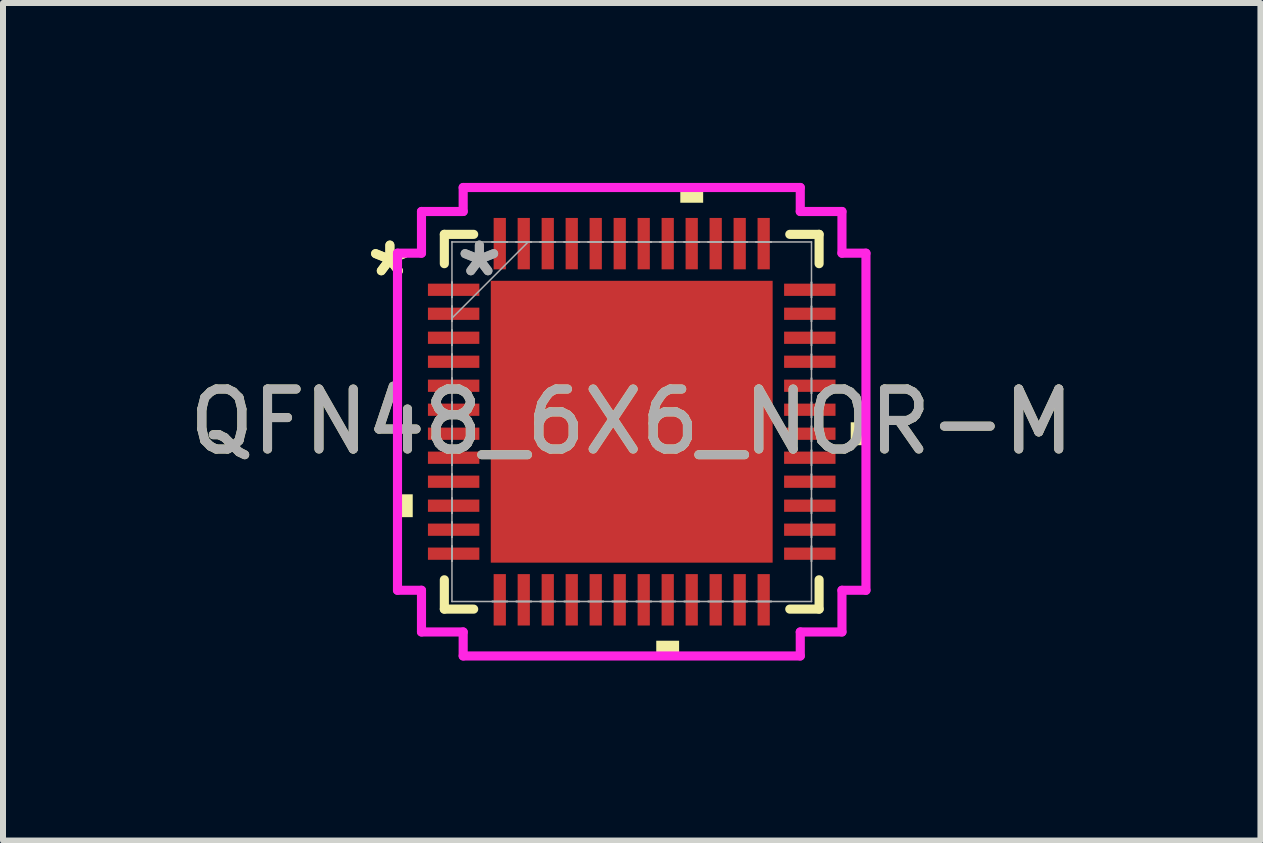
<source format=kicad_pcb>
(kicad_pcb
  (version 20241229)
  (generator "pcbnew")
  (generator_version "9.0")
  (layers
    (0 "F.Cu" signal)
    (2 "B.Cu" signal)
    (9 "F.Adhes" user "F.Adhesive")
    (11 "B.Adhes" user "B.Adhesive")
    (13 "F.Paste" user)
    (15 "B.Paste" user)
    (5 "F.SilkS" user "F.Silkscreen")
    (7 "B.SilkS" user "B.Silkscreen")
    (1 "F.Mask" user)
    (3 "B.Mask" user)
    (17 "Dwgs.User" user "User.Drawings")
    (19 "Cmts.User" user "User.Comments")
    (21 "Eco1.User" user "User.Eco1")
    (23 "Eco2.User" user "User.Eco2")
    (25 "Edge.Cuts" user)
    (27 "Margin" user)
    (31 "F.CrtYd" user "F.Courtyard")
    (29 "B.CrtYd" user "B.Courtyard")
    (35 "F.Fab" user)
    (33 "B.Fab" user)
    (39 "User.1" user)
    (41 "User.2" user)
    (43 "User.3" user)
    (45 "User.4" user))
  (footprint "QFN48_6X6_NOR-M"
    (layer "F.Cu")
    (at 7.482 3.981)
    (property "Reference" "QFN48_6X6_NOR-M" (at 0 0 0) (unlocked yes) (layer "F.SilkS") (effects (font (size 1 1) (thickness 0.15))))
    (attr smd)
    (fp_line (start -3.124 -3.124) (end -3.124 -2.635) (stroke (width 0.152) (type solid)) (layer "F.SilkS"))
    (fp_line (start -3.124 2.635) (end -3.124 3.124) (stroke (width 0.152) (type solid)) (layer "F.SilkS"))
    (fp_line (start -3.124 3.124) (end -2.635 3.124) (stroke (width 0.152) (type solid)) (layer "F.SilkS"))
    (fp_line (start -2.635 -3.124) (end -3.124 -3.124) (stroke (width 0.152) (type solid)) (layer "F.SilkS"))
    (fp_line (start 2.635 3.124) (end 3.124 3.124) (stroke (width 0.152) (type solid)) (layer "F.SilkS"))
    (fp_line (start 3.124 -3.124) (end 2.635 -3.124) (stroke (width 0.152) (type solid)) (layer "F.SilkS"))
    (fp_line (start 3.124 -2.635) (end 3.124 -3.124) (stroke (width 0.152) (type solid)) (layer "F.SilkS"))
    (fp_line (start 3.124 3.124) (end 3.124 2.635) (stroke (width 0.152) (type solid)) (layer "F.SilkS"))
    (fp_poly (pts (xy -3.905 1.21) (xy -3.905 1.591) (xy -3.651 1.591) (xy -3.651 1.21)) (stroke (width 0) (type solid)) (fill yes) (layer "F.SilkS"))
    (fp_poly (pts (xy 0.409 3.651) (xy 0.409 3.905) (xy 0.79 3.905) (xy 0.79 3.651)) (stroke (width 0) (type solid)) (fill yes) (layer "F.SilkS"))
    (fp_poly (pts (xy 0.81 -3.651) (xy 0.81 -3.905) (xy 1.191 -3.905) (xy 1.191 -3.651)) (stroke (width 0) (type solid)) (fill yes) (layer "F.SilkS"))
    (fp_poly (pts (xy 3.905 0.009) (xy 3.905 0.391) (xy 3.651 0.391) (xy 3.651 0.009)) (stroke (width 0) (type solid)) (fill yes) (layer "F.SilkS"))
    (fp_poly (pts (xy -2.249 -2.249) (xy -2.249 -0.883) (xy -0.883 -0.883) (xy -0.883 -2.249)) (stroke (width 0) (type solid)) (fill yes) (layer "F.Paste"))
    (fp_poly (pts (xy -2.249 -0.683) (xy -2.249 0.683) (xy -0.883 0.683) (xy -0.883 -0.683)) (stroke (width 0) (type solid)) (fill yes) (layer "F.Paste"))
    (fp_poly (pts (xy -2.249 0.883) (xy -2.249 2.249) (xy -0.883 2.249) (xy -0.883 0.883)) (stroke (width 0) (type solid)) (fill yes) (layer "F.Paste"))
    (fp_poly (pts (xy -0.683 -2.249) (xy -0.683 -0.883) (xy 0.683 -0.883) (xy 0.683 -2.249)) (stroke (width 0) (type solid)) (fill yes) (layer "F.Paste"))
    (fp_poly (pts (xy -0.683 -0.683) (xy -0.683 0.683) (xy 0.683 0.683) (xy 0.683 -0.683)) (stroke (width 0) (type solid)) (fill yes) (layer "F.Paste"))
    (fp_poly (pts (xy -0.683 0.883) (xy -0.683 2.249) (xy 0.683 2.249) (xy 0.683 0.883)) (stroke (width 0) (type solid)) (fill yes) (layer "F.Paste"))
    (fp_poly (pts (xy 0.883 -2.249) (xy 0.883 -0.883) (xy 2.249 -0.883) (xy 2.249 -2.249)) (stroke (width 0) (type solid)) (fill yes) (layer "F.Paste"))
    (fp_poly (pts (xy 0.883 -0.683) (xy 0.883 0.683) (xy 2.249 0.683) (xy 2.249 -0.683)) (stroke (width 0) (type solid)) (fill yes) (layer "F.Paste"))
    (fp_poly (pts (xy 0.883 0.883) (xy 0.883 2.249) (xy 2.249 2.249) (xy 2.249 0.883)) (stroke (width 0) (type solid)) (fill yes) (layer "F.Paste"))
    (fp_line (start -3.905 -2.81) (end -3.505 -2.81) (stroke (width 0.152) (type solid)) (layer "F.CrtYd"))
    (fp_line (start -3.905 2.81) (end -3.905 -2.81) (stroke (width 0.152) (type solid)) (layer "F.CrtYd"))
    (fp_line (start -3.505 -3.505) (end -2.81 -3.505) (stroke (width 0.152) (type solid)) (layer "F.CrtYd"))
    (fp_line (start -3.505 -2.81) (end -3.505 -3.505) (stroke (width 0.152) (type solid)) (layer "F.CrtYd"))
    (fp_line (start -3.505 2.81) (end -3.905 2.81) (stroke (width 0.152) (type solid)) (layer "F.CrtYd"))
    (fp_line (start -3.505 3.505) (end -3.505 2.81) (stroke (width 0.152) (type solid)) (layer "F.CrtYd"))
    (fp_line (start -2.81 -3.905) (end 2.81 -3.905) (stroke (width 0.152) (type solid)) (layer "F.CrtYd"))
    (fp_line (start -2.81 -3.505) (end -2.81 -3.905) (stroke (width 0.152) (type solid)) (layer "F.CrtYd"))
    (fp_line (start -2.81 3.505) (end -3.505 3.505) (stroke (width 0.152) (type solid)) (layer "F.CrtYd"))
    (fp_line (start -2.81 3.905) (end -2.81 3.505) (stroke (width 0.152) (type solid)) (layer "F.CrtYd"))
    (fp_line (start 2.81 -3.905) (end 2.81 -3.505) (stroke (width 0.152) (type solid)) (layer "F.CrtYd"))
    (fp_line (start 2.81 -3.505) (end 3.505 -3.505) (stroke (width 0.152) (type solid)) (layer "F.CrtYd"))
    (fp_line (start 2.81 3.505) (end 2.81 3.905) (stroke (width 0.152) (type solid)) (layer "F.CrtYd"))
    (fp_line (start 2.81 3.905) (end -2.81 3.905) (stroke (width 0.152) (type solid)) (layer "F.CrtYd"))
    (fp_line (start 3.505 -3.505) (end 3.505 -2.81) (stroke (width 0.152) (type solid)) (layer "F.CrtYd"))
    (fp_line (start 3.505 -2.81) (end 3.905 -2.81) (stroke (width 0.152) (type solid)) (layer "F.CrtYd"))
    (fp_line (start 3.505 2.81) (end 3.505 3.505) (stroke (width 0.152) (type solid)) (layer "F.CrtYd"))
    (fp_line (start 3.505 3.505) (end 2.81 3.505) (stroke (width 0.152) (type solid)) (layer "F.CrtYd"))
    (fp_line (start 3.905 -2.81) (end 3.905 2.81) (stroke (width 0.152) (type solid)) (layer "F.CrtYd"))
    (fp_line (start 3.905 2.81) (end 3.505 2.81) (stroke (width 0.152) (type solid)) (layer "F.CrtYd"))
    (fp_line (start -2.997 -2.997) (end -2.997 -2.997) (stroke (width 0.025) (type solid)) (layer "F.Fab"))
    (fp_line (start -2.997 -2.997) (end -2.997 2.997) (stroke (width 0.025) (type solid)) (layer "F.Fab"))
    (fp_line (start -2.997 -2.327) (end -2.997 -2.327) (stroke (width 0.025) (type solid)) (layer "F.Fab"))
    (fp_line (start -2.997 -2.327) (end -2.997 -2.073) (stroke (width 0.025) (type solid)) (layer "F.Fab"))
    (fp_line (start -2.997 -2.073) (end -2.997 -2.327) (stroke (width 0.025) (type solid)) (layer "F.Fab"))
    (fp_line (start -2.997 -2.073) (end -2.997 -2.073) (stroke (width 0.025) (type solid)) (layer "F.Fab"))
    (fp_line (start -2.997 -1.927) (end -2.997 -1.927) (stroke (width 0.025) (type solid)) (layer "F.Fab"))
    (fp_line (start -2.997 -1.927) (end -2.997 -1.673) (stroke (width 0.025) (type solid)) (layer "F.Fab"))
    (fp_line (start -2.997 -1.727) (end -1.727 -2.997) (stroke (width 0.025) (type solid)) (layer "F.Fab"))
    (fp_line (start -2.997 -1.673) (end -2.997 -1.927) (stroke (width 0.025) (type solid)) (layer "F.Fab"))
    (fp_line (start -2.997 -1.673) (end -2.997 -1.673) (stroke (width 0.025) (type solid)) (layer "F.Fab"))
    (fp_line (start -2.997 -1.527) (end -2.997 -1.527) (stroke (width 0.025) (type solid)) (layer "F.Fab"))
    (fp_line (start -2.997 -1.527) (end -2.997 -1.273) (stroke (width 0.025) (type solid)) (layer "F.Fab"))
    (fp_line (start -2.997 -1.273) (end -2.997 -1.527) (stroke (width 0.025) (type solid)) (layer "F.Fab"))
    (fp_line (start -2.997 -1.273) (end -2.997 -1.273) (stroke (width 0.025) (type solid)) (layer "F.Fab"))
    (fp_line (start -2.997 -1.127) (end -2.997 -1.127) (stroke (width 0.025) (type solid)) (layer "F.Fab"))
    (fp_line (start -2.997 -1.127) (end -2.997 -0.873) (stroke (width 0.025) (type solid)) (layer "F.Fab"))
    (fp_line (start -2.997 -0.873) (end -2.997 -1.127) (stroke (width 0.025) (type solid)) (layer "F.Fab"))
    (fp_line (start -2.997 -0.873) (end -2.997 -0.873) (stroke (width 0.025) (type solid)) (layer "F.Fab"))
    (fp_line (start -2.997 -0.727) (end -2.997 -0.727) (stroke (width 0.025) (type solid)) (layer "F.Fab"))
    (fp_line (start -2.997 -0.727) (end -2.997 -0.473) (stroke (width 0.025) (type solid)) (layer "F.Fab"))
    (fp_line (start -2.997 -0.473) (end -2.997 -0.727) (stroke (width 0.025) (type solid)) (layer "F.Fab"))
    (fp_line (start -2.997 -0.473) (end -2.997 -0.473) (stroke (width 0.025) (type solid)) (layer "F.Fab"))
    (fp_line (start -2.997 -0.327) (end -2.997 -0.327) (stroke (width 0.025) (type solid)) (layer "F.Fab"))
    (fp_line (start -2.997 -0.327) (end -2.997 -0.073) (stroke (width 0.025) (type solid)) (layer "F.Fab"))
    (fp_line (start -2.997 -0.073) (end -2.997 -0.327) (stroke (width 0.025) (type solid)) (layer "F.Fab"))
    (fp_line (start -2.997 -0.073) (end -2.997 -0.073) (stroke (width 0.025) (type solid)) (layer "F.Fab"))
    (fp_line (start -2.997 0.073) (end -2.997 0.073) (stroke (width 0.025) (type solid)) (layer "F.Fab"))
    (fp_line (start -2.997 0.073) (end -2.997 0.327) (stroke (width 0.025) (type solid)) (layer "F.Fab"))
    (fp_line (start -2.997 0.327) (end -2.997 0.073) (stroke (width 0.025) (type solid)) (layer "F.Fab"))
    (fp_line (start -2.997 0.327) (end -2.997 0.327) (stroke (width 0.025) (type solid)) (layer "F.Fab"))
    (fp_line (start -2.997 0.473) (end -2.997 0.473) (stroke (width 0.025) (type solid)) (layer "F.Fab"))
    (fp_line (start -2.997 0.473) (end -2.997 0.727) (stroke (width 0.025) (type solid)) (layer "F.Fab"))
    (fp_line (start -2.997 0.727) (end -2.997 0.473) (stroke (width 0.025) (type solid)) (layer "F.Fab"))
    (fp_line (start -2.997 0.727) (end -2.997 0.727) (stroke (width 0.025) (type solid)) (layer "F.Fab"))
    (fp_line (start -2.997 0.873) (end -2.997 0.873) (stroke (width 0.025) (type solid)) (layer "F.Fab"))
    (fp_line (start -2.997 0.873) (end -2.997 1.127) (stroke (width 0.025) (type solid)) (layer "F.Fab"))
    (fp_line (start -2.997 1.127) (end -2.997 0.873) (stroke (width 0.025) (type solid)) (layer "F.Fab"))
    (fp_line (start -2.997 1.127) (end -2.997 1.127) (stroke (width 0.025) (type solid)) (layer "F.Fab"))
    (fp_line (start -2.997 1.273) (end -2.997 1.273) (stroke (width 0.025) (type solid)) (layer "F.Fab"))
    (fp_line (start -2.997 1.273) (end -2.997 1.527) (stroke (width 0.025) (type solid)) (layer "F.Fab"))
    (fp_line (start -2.997 1.527) (end -2.997 1.273) (stroke (width 0.025) (type solid)) (layer "F.Fab"))
    (fp_line (start -2.997 1.527) (end -2.997 1.527) (stroke (width 0.025) (type solid)) (layer "F.Fab"))
    (fp_line (start -2.997 1.673) (end -2.997 1.673) (stroke (width 0.025) (type solid)) (layer "F.Fab"))
    (fp_line (start -2.997 1.673) (end -2.997 1.927) (stroke (width 0.025) (type solid)) (layer "F.Fab"))
    (fp_line (start -2.997 1.927) (end -2.997 1.673) (stroke (width 0.025) (type solid)) (layer "F.Fab"))
    (fp_line (start -2.997 1.927) (end -2.997 1.927) (stroke (width 0.025) (type solid)) (layer "F.Fab"))
    (fp_line (start -2.997 2.073) (end -2.997 2.073) (stroke (width 0.025) (type solid)) (layer "F.Fab"))
    (fp_line (start -2.997 2.073) (end -2.997 2.327) (stroke (width 0.025) (type solid)) (layer "F.Fab"))
    (fp_line (start -2.997 2.327) (end -2.997 2.073) (stroke (width 0.025) (type solid)) (layer "F.Fab"))
    (fp_line (start -2.997 2.327) (end -2.997 2.327) (stroke (width 0.025) (type solid)) (layer "F.Fab"))
    (fp_line (start -2.997 2.997) (end -2.997 2.997) (stroke (width 0.025) (type solid)) (layer "F.Fab"))
    (fp_line (start -2.997 2.997) (end 2.997 2.997) (stroke (width 0.025) (type solid)) (layer "F.Fab"))
    (fp_line (start -2.327 -2.997) (end -2.327 -2.997) (stroke (width 0.025) (type solid)) (layer "F.Fab"))
    (fp_line (start -2.327 -2.997) (end -2.073 -2.997) (stroke (width 0.025) (type solid)) (layer "F.Fab"))
    (fp_line (start -2.327 2.997) (end -2.327 2.997) (stroke (width 0.025) (type solid)) (layer "F.Fab"))
    (fp_line (start -2.327 2.997) (end -2.073 2.997) (stroke (width 0.025) (type solid)) (layer "F.Fab"))
    (fp_line (start -2.073 -2.997) (end -2.327 -2.997) (stroke (width 0.025) (type solid)) (layer "F.Fab"))
    (fp_line (start -2.073 -2.997) (end -2.073 -2.997) (stroke (width 0.025) (type solid)) (layer "F.Fab"))
    (fp_line (start -2.073 2.997) (end -2.327 2.997) (stroke (width 0.025) (type solid)) (layer "F.Fab"))
    (fp_line (start -2.073 2.997) (end -2.073 2.997) (stroke (width 0.025) (type solid)) (layer "F.Fab"))
    (fp_line (start -1.927 -2.997) (end -1.927 -2.997) (stroke (width 0.025) (type solid)) (layer "F.Fab"))
    (fp_line (start -1.927 -2.997) (end -1.673 -2.997) (stroke (width 0.025) (type solid)) (layer "F.Fab"))
    (fp_line (start -1.927 2.997) (end -1.927 2.997) (stroke (width 0.025) (type solid)) (layer "F.Fab"))
    (fp_line (start -1.927 2.997) (end -1.673 2.997) (stroke (width 0.025) (type solid)) (layer "F.Fab"))
    (fp_line (start -1.673 -2.997) (end -1.927 -2.997) (stroke (width 0.025) (type solid)) (layer "F.Fab"))
    (fp_line (start -1.673 -2.997) (end -1.673 -2.997) (stroke (width 0.025) (type solid)) (layer "F.Fab"))
    (fp_line (start -1.673 2.997) (end -1.927 2.997) (stroke (width 0.025) (type solid)) (layer "F.Fab"))
    (fp_line (start -1.673 2.997) (end -1.673 2.997) (stroke (width 0.025) (type solid)) (layer "F.Fab"))
    (fp_line (start -1.527 -2.997) (end -1.527 -2.997) (stroke (width 0.025) (type solid)) (layer "F.Fab"))
    (fp_line (start -1.527 -2.997) (end -1.273 -2.997) (stroke (width 0.025) (type solid)) (layer "F.Fab"))
    (fp_line (start -1.527 2.997) (end -1.527 2.997) (stroke (width 0.025) (type solid)) (layer "F.Fab"))
    (fp_line (start -1.527 2.997) (end -1.273 2.997) (stroke (width 0.025) (type solid)) (layer "F.Fab"))
    (fp_line (start -1.273 -2.997) (end -1.527 -2.997) (stroke (width 0.025) (type solid)) (layer "F.Fab"))
    (fp_line (start -1.273 -2.997) (end -1.273 -2.997) (stroke (width 0.025) (type solid)) (layer "F.Fab"))
    (fp_line (start -1.273 2.997) (end -1.527 2.997) (stroke (width 0.025) (type solid)) (layer "F.Fab"))
    (fp_line (start -1.273 2.997) (end -1.273 2.997) (stroke (width 0.025) (type solid)) (layer "F.Fab"))
    (fp_line (start -1.127 -2.997) (end -1.127 -2.997) (stroke (width 0.025) (type solid)) (layer "F.Fab"))
    (fp_line (start -1.127 -2.997) (end -0.873 -2.997) (stroke (width 0.025) (type solid)) (layer "F.Fab"))
    (fp_line (start -1.127 2.997) (end -1.127 2.997) (stroke (width 0.025) (type solid)) (layer "F.Fab"))
    (fp_line (start -1.127 2.997) (end -0.873 2.997) (stroke (width 0.025) (type solid)) (layer "F.Fab"))
    (fp_line (start -0.873 -2.997) (end -1.127 -2.997) (stroke (width 0.025) (type solid)) (layer "F.Fab"))
    (fp_line (start -0.873 -2.997) (end -0.873 -2.997) (stroke (width 0.025) (type solid)) (layer "F.Fab"))
    (fp_line (start -0.873 2.997) (end -1.127 2.997) (stroke (width 0.025) (type solid)) (layer "F.Fab"))
    (fp_line (start -0.873 2.997) (end -0.873 2.997) (stroke (width 0.025) (type solid)) (layer "F.Fab"))
    (fp_line (start -0.727 -2.997) (end -0.727 -2.997) (stroke (width 0.025) (type solid)) (layer "F.Fab"))
    (fp_line (start -0.727 -2.997) (end -0.473 -2.997) (stroke (width 0.025) (type solid)) (layer "F.Fab"))
    (fp_line (start -0.727 2.997) (end -0.727 2.997) (stroke (width 0.025) (type solid)) (layer "F.Fab"))
    (fp_line (start -0.727 2.997) (end -0.473 2.997) (stroke (width 0.025) (type solid)) (layer "F.Fab"))
    (fp_line (start -0.473 -2.997) (end -0.727 -2.997) (stroke (width 0.025) (type solid)) (layer "F.Fab"))
    (fp_line (start -0.473 -2.997) (end -0.473 -2.997) (stroke (width 0.025) (type solid)) (layer "F.Fab"))
    (fp_line (start -0.473 2.997) (end -0.727 2.997) (stroke (width 0.025) (type solid)) (layer "F.Fab"))
    (fp_line (start -0.473 2.997) (end -0.473 2.997) (stroke (width 0.025) (type solid)) (layer "F.Fab"))
    (fp_line (start -0.327 -2.997) (end -0.327 -2.997) (stroke (width 0.025) (type solid)) (layer "F.Fab"))
    (fp_line (start -0.327 -2.997) (end -0.073 -2.997) (stroke (width 0.025) (type solid)) (layer "F.Fab"))
    (fp_line (start -0.327 2.997) (end -0.327 2.997) (stroke (width 0.025) (type solid)) (layer "F.Fab"))
    (fp_line (start -0.327 2.997) (end -0.073 2.997) (stroke (width 0.025) (type solid)) (layer "F.Fab"))
    (fp_line (start -0.073 -2.997) (end -0.327 -2.997) (stroke (width 0.025) (type solid)) (layer "F.Fab"))
    (fp_line (start -0.073 -2.997) (end -0.073 -2.997) (stroke (width 0.025) (type solid)) (layer "F.Fab"))
    (fp_line (start -0.073 2.997) (end -0.327 2.997) (stroke (width 0.025) (type solid)) (layer "F.Fab"))
    (fp_line (start -0.073 2.997) (end -0.073 2.997) (stroke (width 0.025) (type solid)) (layer "F.Fab"))
    (fp_line (start 0.073 -2.997) (end 0.073 -2.997) (stroke (width 0.025) (type solid)) (layer "F.Fab"))
    (fp_line (start 0.073 -2.997) (end 0.327 -2.997) (stroke (width 0.025) (type solid)) (layer "F.Fab"))
    (fp_line (start 0.073 2.997) (end 0.073 2.997) (stroke (width 0.025) (type solid)) (layer "F.Fab"))
    (fp_line (start 0.073 2.997) (end 0.327 2.997) (stroke (width 0.025) (type solid)) (layer "F.Fab"))
    (fp_line (start 0.327 -2.997) (end 0.073 -2.997) (stroke (width 0.025) (type solid)) (layer "F.Fab"))
    (fp_line (start 0.327 -2.997) (end 0.327 -2.997) (stroke (width 0.025) (type solid)) (layer "F.Fab"))
    (fp_line (start 0.327 2.997) (end 0.073 2.997) (stroke (width 0.025) (type solid)) (layer "F.Fab"))
    (fp_line (start 0.327 2.997) (end 0.327 2.997) (stroke (width 0.025) (type solid)) (layer "F.Fab"))
    (fp_line (start 0.473 -2.997) (end 0.473 -2.997) (stroke (width 0.025) (type solid)) (layer "F.Fab"))
    (fp_line (start 0.473 -2.997) (end 0.727 -2.997) (stroke (width 0.025) (type solid)) (layer "F.Fab"))
    (fp_line (start 0.473 2.997) (end 0.473 2.997) (stroke (width 0.025) (type solid)) (layer "F.Fab"))
    (fp_line (start 0.473 2.997) (end 0.727 2.997) (stroke (width 0.025) (type solid)) (layer "F.Fab"))
    (fp_line (start 0.727 -2.997) (end 0.473 -2.997) (stroke (width 0.025) (type solid)) (layer "F.Fab"))
    (fp_line (start 0.727 -2.997) (end 0.727 -2.997) (stroke (width 0.025) (type solid)) (layer "F.Fab"))
    (fp_line (start 0.727 2.997) (end 0.473 2.997) (stroke (width 0.025) (type solid)) (layer "F.Fab"))
    (fp_line (start 0.727 2.997) (end 0.727 2.997) (stroke (width 0.025) (type solid)) (layer "F.Fab"))
    (fp_line (start 0.873 -2.997) (end 0.873 -2.997) (stroke (width 0.025) (type solid)) (layer "F.Fab"))
    (fp_line (start 0.873 -2.997) (end 1.127 -2.997) (stroke (width 0.025) (type solid)) (layer "F.Fab"))
    (fp_line (start 0.873 2.997) (end 0.873 2.997) (stroke (width 0.025) (type solid)) (layer "F.Fab"))
    (fp_line (start 0.873 2.997) (end 1.127 2.997) (stroke (width 0.025) (type solid)) (layer "F.Fab"))
    (fp_line (start 1.127 -2.997) (end 0.873 -2.997) (stroke (width 0.025) (type solid)) (layer "F.Fab"))
    (fp_line (start 1.127 -2.997) (end 1.127 -2.997) (stroke (width 0.025) (type solid)) (layer "F.Fab"))
    (fp_line (start 1.127 2.997) (end 0.873 2.997) (stroke (width 0.025) (type solid)) (layer "F.Fab"))
    (fp_line (start 1.127 2.997) (end 1.127 2.997) (stroke (width 0.025) (type solid)) (layer "F.Fab"))
    (fp_line (start 1.273 -2.997) (end 1.273 -2.997) (stroke (width 0.025) (type solid)) (layer "F.Fab"))
    (fp_line (start 1.273 -2.997) (end 1.527 -2.997) (stroke (width 0.025) (type solid)) (layer "F.Fab"))
    (fp_line (start 1.273 2.997) (end 1.273 2.997) (stroke (width 0.025) (type solid)) (layer "F.Fab"))
    (fp_line (start 1.273 2.997) (end 1.527 2.997) (stroke (width 0.025) (type solid)) (layer "F.Fab"))
    (fp_line (start 1.527 -2.997) (end 1.273 -2.997) (stroke (width 0.025) (type solid)) (layer "F.Fab"))
    (fp_line (start 1.527 -2.997) (end 1.527 -2.997) (stroke (width 0.025) (type solid)) (layer "F.Fab"))
    (fp_line (start 1.527 2.997) (end 1.273 2.997) (stroke (width 0.025) (type solid)) (layer "F.Fab"))
    (fp_line (start 1.527 2.997) (end 1.527 2.997) (stroke (width 0.025) (type solid)) (layer "F.Fab"))
    (fp_line (start 1.673 -2.997) (end 1.673 -2.997) (stroke (width 0.025) (type solid)) (layer "F.Fab"))
    (fp_line (start 1.673 -2.997) (end 1.927 -2.997) (stroke (width 0.025) (type solid)) (layer "F.Fab"))
    (fp_line (start 1.673 2.997) (end 1.673 2.997) (stroke (width 0.025) (type solid)) (layer "F.Fab"))
    (fp_line (start 1.673 2.997) (end 1.927 2.997) (stroke (width 0.025) (type solid)) (layer "F.Fab"))
    (fp_line (start 1.927 -2.997) (end 1.673 -2.997) (stroke (width 0.025) (type solid)) (layer "F.Fab"))
    (fp_line (start 1.927 -2.997) (end 1.927 -2.997) (stroke (width 0.025) (type solid)) (layer "F.Fab"))
    (fp_line (start 1.927 2.997) (end 1.673 2.997) (stroke (width 0.025) (type solid)) (layer "F.Fab"))
    (fp_line (start 1.927 2.997) (end 1.927 2.997) (stroke (width 0.025) (type solid)) (layer "F.Fab"))
    (fp_line (start 2.073 -2.997) (end 2.073 -2.997) (stroke (width 0.025) (type solid)) (layer "F.Fab"))
    (fp_line (start 2.073 -2.997) (end 2.327 -2.997) (stroke (width 0.025) (type solid)) (layer "F.Fab"))
    (fp_line (start 2.073 2.997) (end 2.073 2.997) (stroke (width 0.025) (type solid)) (layer "F.Fab"))
    (fp_line (start 2.073 2.997) (end 2.327 2.997) (stroke (width 0.025) (type solid)) (layer "F.Fab"))
    (fp_line (start 2.327 -2.997) (end 2.073 -2.997) (stroke (width 0.025) (type solid)) (layer "F.Fab"))
    (fp_line (start 2.327 -2.997) (end 2.327 -2.997) (stroke (width 0.025) (type solid)) (layer "F.Fab"))
    (fp_line (start 2.327 2.997) (end 2.073 2.997) (stroke (width 0.025) (type solid)) (layer "F.Fab"))
    (fp_line (start 2.327 2.997) (end 2.327 2.997) (stroke (width 0.025) (type solid)) (layer "F.Fab"))
    (fp_line (start 2.997 -2.997) (end -2.997 -2.997) (stroke (width 0.025) (type solid)) (layer "F.Fab"))
    (fp_line (start 2.997 -2.997) (end 2.997 -2.997) (stroke (width 0.025) (type solid)) (layer "F.Fab"))
    (fp_line (start 2.997 -2.327) (end 2.997 -2.327) (stroke (width 0.025) (type solid)) (layer "F.Fab"))
    (fp_line (start 2.997 -2.327) (end 2.997 -2.073) (stroke (width 0.025) (type solid)) (layer "F.Fab"))
    (fp_line (start 2.997 -2.073) (end 2.997 -2.327) (stroke (width 0.025) (type solid)) (layer "F.Fab"))
    (fp_line (start 2.997 -2.073) (end 2.997 -2.073) (stroke (width 0.025) (type solid)) (layer "F.Fab"))
    (fp_line (start 2.997 -1.927) (end 2.997 -1.927) (stroke (width 0.025) (type solid)) (layer "F.Fab"))
    (fp_line (start 2.997 -1.927) (end 2.997 -1.673) (stroke (width 0.025) (type solid)) (layer "F.Fab"))
    (fp_line (start 2.997 -1.673) (end 2.997 -1.927) (stroke (width 0.025) (type solid)) (layer "F.Fab"))
    (fp_line (start 2.997 -1.673) (end 2.997 -1.673) (stroke (width 0.025) (type solid)) (layer "F.Fab"))
    (fp_line (start 2.997 -1.527) (end 2.997 -1.527) (stroke (width 0.025) (type solid)) (layer "F.Fab"))
    (fp_line (start 2.997 -1.527) (end 2.997 -1.273) (stroke (width 0.025) (type solid)) (layer "F.Fab"))
    (fp_line (start 2.997 -1.273) (end 2.997 -1.527) (stroke (width 0.025) (type solid)) (layer "F.Fab"))
    (fp_line (start 2.997 -1.273) (end 2.997 -1.273) (stroke (width 0.025) (type solid)) (layer "F.Fab"))
    (fp_line (start 2.997 -1.127) (end 2.997 -1.127) (stroke (width 0.025) (type solid)) (layer "F.Fab"))
    (fp_line (start 2.997 -1.127) (end 2.997 -0.873) (stroke (width 0.025) (type solid)) (layer "F.Fab"))
    (fp_line (start 2.997 -0.873) (end 2.997 -1.127) (stroke (width 0.025) (type solid)) (layer "F.Fab"))
    (fp_line (start 2.997 -0.873) (end 2.997 -0.873) (stroke (width 0.025) (type solid)) (layer "F.Fab"))
    (fp_line (start 2.997 -0.727) (end 2.997 -0.727) (stroke (width 0.025) (type solid)) (layer "F.Fab"))
    (fp_line (start 2.997 -0.727) (end 2.997 -0.473) (stroke (width 0.025) (type solid)) (layer "F.Fab"))
    (fp_line (start 2.997 -0.473) (end 2.997 -0.727) (stroke (width 0.025) (type solid)) (layer "F.Fab"))
    (fp_line (start 2.997 -0.473) (end 2.997 -0.473) (stroke (width 0.025) (type solid)) (layer "F.Fab"))
    (fp_line (start 2.997 -0.327) (end 2.997 -0.327) (stroke (width 0.025) (type solid)) (layer "F.Fab"))
    (fp_line (start 2.997 -0.327) (end 2.997 -0.073) (stroke (width 0.025) (type solid)) (layer "F.Fab"))
    (fp_line (start 2.997 -0.073) (end 2.997 -0.327) (stroke (width 0.025) (type solid)) (layer "F.Fab"))
    (fp_line (start 2.997 -0.073) (end 2.997 -0.073) (stroke (width 0.025) (type solid)) (layer "F.Fab"))
    (fp_line (start 2.997 0.073) (end 2.997 0.073) (stroke (width 0.025) (type solid)) (layer "F.Fab"))
    (fp_line (start 2.997 0.073) (end 2.997 0.327) (stroke (width 0.025) (type solid)) (layer "F.Fab"))
    (fp_line (start 2.997 0.327) (end 2.997 0.073) (stroke (width 0.025) (type solid)) (layer "F.Fab"))
    (fp_line (start 2.997 0.327) (end 2.997 0.327) (stroke (width 0.025) (type solid)) (layer "F.Fab"))
    (fp_line (start 2.997 0.473) (end 2.997 0.473) (stroke (width 0.025) (type solid)) (layer "F.Fab"))
    (fp_line (start 2.997 0.473) (end 2.997 0.727) (stroke (width 0.025) (type solid)) (layer "F.Fab"))
    (fp_line (start 2.997 0.727) (end 2.997 0.473) (stroke (width 0.025) (type solid)) (layer "F.Fab"))
    (fp_line (start 2.997 0.727) (end 2.997 0.727) (stroke (width 0.025) (type solid)) (layer "F.Fab"))
    (fp_line (start 2.997 0.873) (end 2.997 0.873) (stroke (width 0.025) (type solid)) (layer "F.Fab"))
    (fp_line (start 2.997 0.873) (end 2.997 1.127) (stroke (width 0.025) (type solid)) (layer "F.Fab"))
    (fp_line (start 2.997 1.127) (end 2.997 0.873) (stroke (width 0.025) (type solid)) (layer "F.Fab"))
    (fp_line (start 2.997 1.127) (end 2.997 1.127) (stroke (width 0.025) (type solid)) (layer "F.Fab"))
    (fp_line (start 2.997 1.273) (end 2.997 1.273) (stroke (width 0.025) (type solid)) (layer "F.Fab"))
    (fp_line (start 2.997 1.273) (end 2.997 1.527) (stroke (width 0.025) (type solid)) (layer "F.Fab"))
    (fp_line (start 2.997 1.527) (end 2.997 1.273) (stroke (width 0.025) (type solid)) (layer "F.Fab"))
    (fp_line (start 2.997 1.527) (end 2.997 1.527) (stroke (width 0.025) (type solid)) (layer "F.Fab"))
    (fp_line (start 2.997 1.673) (end 2.997 1.673) (stroke (width 0.025) (type solid)) (layer "F.Fab"))
    (fp_line (start 2.997 1.673) (end 2.997 1.927) (stroke (width 0.025) (type solid)) (layer "F.Fab"))
    (fp_line (start 2.997 1.927) (end 2.997 1.673) (stroke (width 0.025) (type solid)) (layer "F.Fab"))
    (fp_line (start 2.997 1.927) (end 2.997 1.927) (stroke (width 0.025) (type solid)) (layer "F.Fab"))
    (fp_line (start 2.997 2.073) (end 2.997 2.073) (stroke (width 0.025) (type solid)) (layer "F.Fab"))
    (fp_line (start 2.997 2.073) (end 2.997 2.327) (stroke (width 0.025) (type solid)) (layer "F.Fab"))
    (fp_line (start 2.997 2.327) (end 2.997 2.073) (stroke (width 0.025) (type solid)) (layer "F.Fab"))
    (fp_line (start 2.997 2.327) (end 2.997 2.327) (stroke (width 0.025) (type solid)) (layer "F.Fab"))
    (fp_line (start 2.997 2.997) (end 2.997 -2.997) (stroke (width 0.025) (type solid)) (layer "F.Fab"))
    (fp_line (start 2.997 2.997) (end 2.997 2.997) (stroke (width 0.025) (type solid)) (layer "F.Fab"))
    (fp_text user "*" (at -4.032 -2.4 0) (layer "F.SilkS") (effects (font (size 1 1) (thickness 0.15))))
    (fp_text user "*" (at -4.032 -2.4 0) (unlocked yes) (layer "F.SilkS") (effects (font (size 1 1) (thickness 0.15))))
    (fp_text user "*" (at -2.54 -2.4 0) (unlocked yes) (layer "F.Fab") (effects (font (size 1 1) (thickness 0.15))))
    (fp_text user "*" (at -2.54 -2.4 0) (layer "F.Fab") (effects (font (size 1 1) (thickness 0.15))))
    (fp_text user "${REFERENCE}" (at 0 0 0) (unlocked yes) (layer "F.Fab") (effects (font (size 1 1) (thickness 0.15))))
    (pad "1" smd rect (at -2.969 -2.2 90) (size 0.204 0.857) (layers "F.Cu" "F.Mask" "F.Paste"))
    (pad "2" smd rect (at -2.969 -1.8 90) (size 0.204 0.857) (layers "F.Cu" "F.Mask" "F.Paste"))
    (pad "3" smd rect (at -2.969 -1.4 90) (size 0.204 0.857) (layers "F.Cu" "F.Mask" "F.Paste"))
    (pad "4" smd rect (at -2.969 -1 90) (size 0.204 0.857) (layers "F.Cu" "F.Mask" "F.Paste"))
    (pad "5" smd rect (at -2.969 -0.6 90) (size 0.204 0.857) (layers "F.Cu" "F.Mask" "F.Paste"))
    (pad "6" smd rect (at -2.969 -0.2 90) (size 0.204 0.857) (layers "F.Cu" "F.Mask" "F.Paste"))
    (pad "7" smd rect (at -2.969 0.2 90) (size 0.204 0.857) (layers "F.Cu" "F.Mask" "F.Paste"))
    (pad "8" smd rect (at -2.969 0.6 90) (size 0.204 0.857) (layers "F.Cu" "F.Mask" "F.Paste"))
    (pad "9" smd rect (at -2.969 1 90) (size 0.204 0.857) (layers "F.Cu" "F.Mask" "F.Paste"))
    (pad "10" smd rect (at -2.969 1.4 90) (size 0.204 0.857) (layers "F.Cu" "F.Mask" "F.Paste"))
    (pad "11" smd rect (at -2.969 1.8 90) (size 0.204 0.857) (layers "F.Cu" "F.Mask" "F.Paste"))
    (pad "12" smd rect (at -2.969 2.2 90) (size 0.204 0.857) (layers "F.Cu" "F.Mask" "F.Paste"))
    (pad "13" smd rect (at -2.2 2.969) (size 0.204 0.857) (layers "F.Cu" "F.Mask" "F.Paste"))
    (pad "14" smd rect (at -1.8 2.969) (size 0.204 0.857) (layers "F.Cu" "F.Mask" "F.Paste"))
    (pad "15" smd rect (at -1.4 2.969) (size 0.204 0.857) (layers "F.Cu" "F.Mask" "F.Paste"))
    (pad "16" smd rect (at -1 2.969) (size 0.204 0.857) (layers "F.Cu" "F.Mask" "F.Paste"))
    (pad "17" smd rect (at -0.6 2.969) (size 0.204 0.857) (layers "F.Cu" "F.Mask" "F.Paste"))
    (pad "18" smd rect (at -0.2 2.969) (size 0.204 0.857) (layers "F.Cu" "F.Mask" "F.Paste"))
    (pad "19" smd rect (at 0.2 2.969) (size 0.204 0.857) (layers "F.Cu" "F.Mask" "F.Paste"))
    (pad "20" smd rect (at 0.6 2.969) (size 0.204 0.857) (layers "F.Cu" "F.Mask" "F.Paste"))
    (pad "21" smd rect (at 1 2.969) (size 0.204 0.857) (layers "F.Cu" "F.Mask" "F.Paste"))
    (pad "22" smd rect (at 1.4 2.969) (size 0.204 0.857) (layers "F.Cu" "F.Mask" "F.Paste"))
    (pad "23" smd rect (at 1.8 2.969) (size 0.204 0.857) (layers "F.Cu" "F.Mask" "F.Paste"))
    (pad "24" smd rect (at 2.2 2.969) (size 0.204 0.857) (layers "F.Cu" "F.Mask" "F.Paste"))
    (pad "25" smd rect (at 2.969 2.2 90) (size 0.204 0.857) (layers "F.Cu" "F.Mask" "F.Paste"))
    (pad "26" smd rect (at 2.969 1.8 90) (size 0.204 0.857) (layers "F.Cu" "F.Mask" "F.Paste"))
    (pad "27" smd rect (at 2.969 1.4 90) (size 0.204 0.857) (layers "F.Cu" "F.Mask" "F.Paste"))
    (pad "28" smd rect (at 2.969 1 90) (size 0.204 0.857) (layers "F.Cu" "F.Mask" "F.Paste"))
    (pad "29" smd rect (at 2.969 0.6 90) (size 0.204 0.857) (layers "F.Cu" "F.Mask" "F.Paste"))
    (pad "30" smd rect (at 2.969 0.2 90) (size 0.204 0.857) (layers "F.Cu" "F.Mask" "F.Paste"))
    (pad "31" smd rect (at 2.969 -0.2 90) (size 0.204 0.857) (layers "F.Cu" "F.Mask" "F.Paste"))
    (pad "32" smd rect (at 2.969 -0.6 90) (size 0.204 0.857) (layers "F.Cu" "F.Mask" "F.Paste"))
    (pad "33" smd rect (at 2.969 -1 90) (size 0.204 0.857) (layers "F.Cu" "F.Mask" "F.Paste"))
    (pad "34" smd rect (at 2.969 -1.4 90) (size 0.204 0.857) (layers "F.Cu" "F.Mask" "F.Paste"))
    (pad "35" smd rect (at 2.969 -1.8 90) (size 0.204 0.857) (layers "F.Cu" "F.Mask" "F.Paste"))
    (pad "36" smd rect (at 2.969 -2.2 90) (size 0.204 0.857) (layers "F.Cu" "F.Mask" "F.Paste"))
    (pad "37" smd rect (at 2.2 -2.969) (size 0.204 0.857) (layers "F.Cu" "F.Mask" "F.Paste"))
    (pad "38" smd rect (at 1.8 -2.969) (size 0.204 0.857) (layers "F.Cu" "F.Mask" "F.Paste"))
    (pad "39" smd rect (at 1.4 -2.969) (size 0.204 0.857) (layers "F.Cu" "F.Mask" "F.Paste"))
    (pad "40" smd rect (at 1 -2.969) (size 0.204 0.857) (layers "F.Cu" "F.Mask" "F.Paste"))
    (pad "41" smd rect (at 0.6 -2.969) (size 0.204 0.857) (layers "F.Cu" "F.Mask" "F.Paste"))
    (pad "42" smd rect (at 0.2 -2.969) (size 0.204 0.857) (layers "F.Cu" "F.Mask" "F.Paste"))
    (pad "43" smd rect (at -0.2 -2.969) (size 0.204 0.857) (layers "F.Cu" "F.Mask" "F.Paste"))
    (pad "44" smd rect (at -0.6 -2.969) (size 0.204 0.857) (layers "F.Cu" "F.Mask" "F.Paste"))
    (pad "45" smd rect (at -1 -2.969) (size 0.204 0.857) (layers "F.Cu" "F.Mask" "F.Paste"))
    (pad "46" smd rect (at -1.4 -2.969) (size 0.204 0.857) (layers "F.Cu" "F.Mask" "F.Paste"))
    (pad "47" smd rect (at -1.8 -2.969) (size 0.204 0.857) (layers "F.Cu" "F.Mask" "F.Paste"))
    (pad "48" smd rect (at -2.2 -2.969) (size 0.204 0.857) (layers "F.Cu" "F.Mask" "F.Paste"))
    (pad "49" smd rect (at 0 0) (size 4.699 4.699) (layers "F.Cu" "F.Mask" "F.Paste")))
  (gr_rect
    (start -3 -3)
    (end 17.964 10.963)
    (stroke (width 0.1) (type default))
    (fill no)
    (layer "Edge.Cuts")))
</source>
